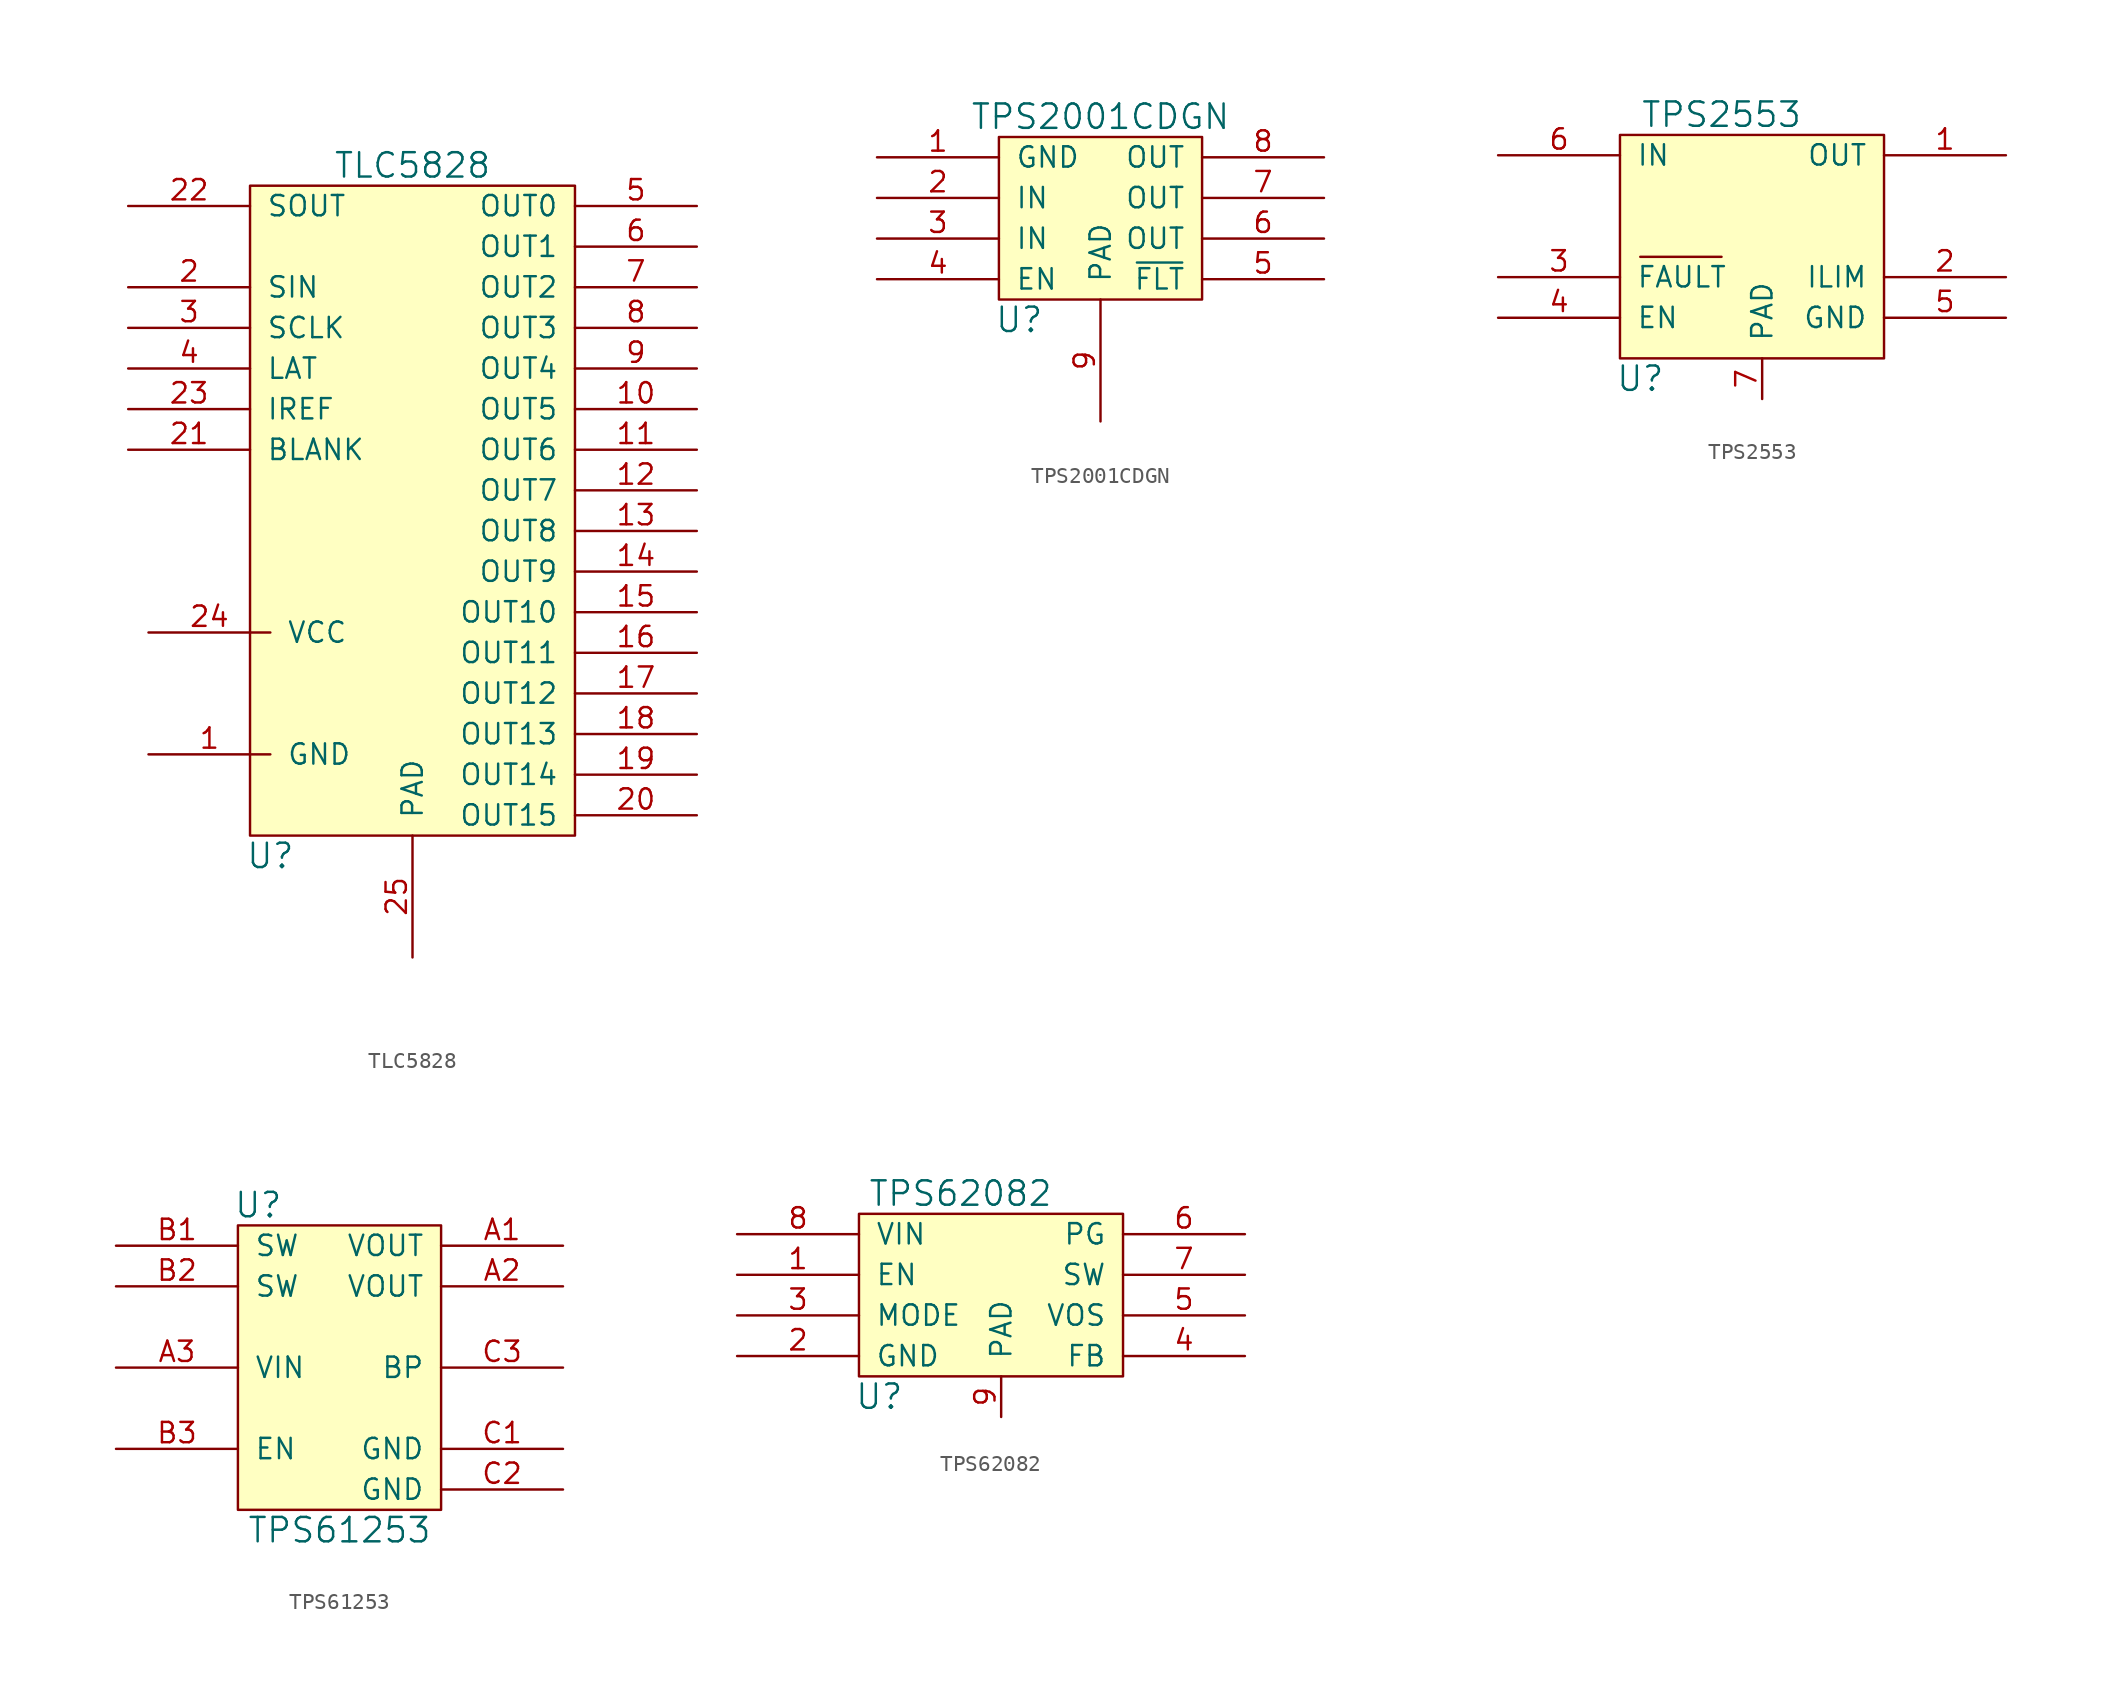
<source format=kicad_sym>
(kicad_symbol_lib
  (version 20211014)
  (generator kicad_symbol_editor)
  (symbol "TLC5828"
    (pin_names
      (offset 1.016))
    (property "Reference" "U"
      (at -8.89 -21.59 0)
      (effects (font (size 1.524 1.524))))
    (property "Value" "TLC5828"
      (at 0 21.59 0)
      (effects (font (size 1.524 1.524))))
    (property "Footprint" ""
      (at 0 0 0)
      (effects (font (size 1.524 1.524))))
    (property "Datasheet" ""
      (at 0 0 0)
      (effects (font (size 1.524 1.524))))
    (symbol "TLC5828_0_1"
      (rectangle (start 10.16 -20.32) (end -10.16 20.32) (stroke (width 0) (type default) (color 0 0 0 0)) (fill (type background))))
    (symbol "TLC5828_1_1"
      (pin power_in line (at -16.51 -15.24 0) (length 7.62) (name "GND" (effects (font (size 1.27 1.27)))) (number "1" (effects (font (size 1.27 1.27)))))
      (pin output line (at 17.78 6.35 180) (length 7.62) (name "OUT5" (effects (font (size 1.27 1.27)))) (number "10" (effects (font (size 1.27 1.27)))))
      (pin output line (at 17.78 3.81 180) (length 7.62) (name "OUT6" (effects (font (size 1.27 1.27)))) (number "11" (effects (font (size 1.27 1.27)))))
      (pin output line (at 17.78 1.27 180) (length 7.62) (name "OUT7" (effects (font (size 1.27 1.27)))) (number "12" (effects (font (size 1.27 1.27)))))
      (pin output line (at 17.78 -1.27 180) (length 7.62) (name "OUT8" (effects (font (size 1.27 1.27)))) (number "13" (effects (font (size 1.27 1.27)))))
      (pin output line (at 17.78 -3.81 180) (length 7.62) (name "OUT9" (effects (font (size 1.27 1.27)))) (number "14" (effects (font (size 1.27 1.27)))))
      (pin output line (at 17.78 -6.35 180) (length 7.62) (name "OUT10" (effects (font (size 1.27 1.27)))) (number "15" (effects (font (size 1.27 1.27)))))
      (pin output line (at 17.78 -8.89 180) (length 7.62) (name "OUT11" (effects (font (size 1.27 1.27)))) (number "16" (effects (font (size 1.27 1.27)))))
      (pin output line (at 17.78 -11.43 180) (length 7.62) (name "OUT12" (effects (font (size 1.27 1.27)))) (number "17" (effects (font (size 1.27 1.27)))))
      (pin output line (at 17.78 -13.97 180) (length 7.62) (name "OUT13" (effects (font (size 1.27 1.27)))) (number "18" (effects (font (size 1.27 1.27)))))
      (pin output line (at 17.78 -16.51 180) (length 7.62) (name "OUT14" (effects (font (size 1.27 1.27)))) (number "19" (effects (font (size 1.27 1.27)))))
      (pin input line (at -17.78 13.97 0) (length 7.62) (name "SIN" (effects (font (size 1.27 1.27)))) (number "2" (effects (font (size 1.27 1.27)))))
      (pin output line (at 17.78 -19.05 180) (length 7.62) (name "OUT15" (effects (font (size 1.27 1.27)))) (number "20" (effects (font (size 1.27 1.27)))))
      (pin input line (at -17.78 3.81 0) (length 7.62) (name "BLANK" (effects (font (size 1.27 1.27)))) (number "21" (effects (font (size 1.27 1.27)))))
      (pin output line (at -17.78 19.05 0) (length 7.62) (name "SOUT" (effects (font (size 1.27 1.27)))) (number "22" (effects (font (size 1.27 1.27)))))
      (pin bidirectional line (at -17.78 6.35 0) (length 7.62) (name "IREF" (effects (font (size 1.27 1.27)))) (number "23" (effects (font (size 1.27 1.27)))))
      (pin power_in line (at -16.51 -7.62 0) (length 7.62) (name "VCC" (effects (font (size 1.27 1.27)))) (number "24" (effects (font (size 1.27 1.27)))))
      (pin input line (at 0 -27.94 90) (length 7.62) (name "PAD" (effects (font (size 1.27 1.27)))) (number "25" (effects (font (size 1.27 1.27)))))
      (pin input line (at -17.78 11.43 0) (length 7.62) (name "SCLK" (effects (font (size 1.27 1.27)))) (number "3" (effects (font (size 1.27 1.27)))))
      (pin input line (at -17.78 8.89 0) (length 7.62) (name "LAT" (effects (font (size 1.27 1.27)))) (number "4" (effects (font (size 1.27 1.27)))))
      (pin output line (at 17.78 19.05 180) (length 7.62) (name "OUT0" (effects (font (size 1.27 1.27)))) (number "5" (effects (font (size 1.27 1.27)))))
      (pin output line (at 17.78 16.51 180) (length 7.62) (name "OUT1" (effects (font (size 1.27 1.27)))) (number "6" (effects (font (size 1.27 1.27)))))
      (pin output line (at 17.78 13.97 180) (length 7.62) (name "OUT2" (effects (font (size 1.27 1.27)))) (number "7" (effects (font (size 1.27 1.27)))))
      (pin output line (at 17.78 11.43 180) (length 7.62) (name "OUT3" (effects (font (size 1.27 1.27)))) (number "8" (effects (font (size 1.27 1.27)))))
      (pin output line (at 17.78 8.89 180) (length 7.62) (name "OUT4" (effects (font (size 1.27 1.27)))) (number "9" (effects (font (size 1.27 1.27)))))))
  (symbol "TPS2001CDGN"
    (pin_names
      (offset 1.016))
    (property "Reference" "U"
      (at -5.08 -6.35 0)
      (effects (font (size 1.524 1.524))))
    (property "Value" "TPS2001CDGN"
      (at 0 6.35 0)
      (effects (font (size 1.524 1.524))))
    (property "Footprint" ""
      (at 0 0 0)
      (effects (font (size 1.524 1.524))))
    (property "Datasheet" ""
      (at 0 0 0)
      (effects (font (size 1.524 1.524))))
    (symbol "TPS2001CDGN_0_1"
      (rectangle (start -6.35 5.08) (end 6.35 -5.08) (stroke (width 0) (type default) (color 0 0 0 0)) (fill (type background))))
    (symbol "TPS2001CDGN_1_1"
      (pin power_in line (at -13.97 3.81 0) (length 7.62) (name "GND" (effects (font (size 1.27 1.27)))) (number "1" (effects (font (size 1.27 1.27)))))
      (pin power_in line (at -13.97 1.27 0) (length 7.62) (name "IN" (effects (font (size 1.27 1.27)))) (number "2" (effects (font (size 1.27 1.27)))))
      (pin power_in line (at -13.97 -1.27 0) (length 7.62) (name "IN" (effects (font (size 1.27 1.27)))) (number "3" (effects (font (size 1.27 1.27)))))
      (pin input line (at -13.97 -3.81 0) (length 7.62) (name "EN" (effects (font (size 1.27 1.27)))) (number "4" (effects (font (size 1.27 1.27)))))
      (pin output line (at 13.97 -3.81 180) (length 7.62) (name "~{FLT}" (effects (font (size 1.27 1.27)))) (number "5" (effects (font (size 1.27 1.27)))))
      (pin power_out line (at 13.97 -1.27 180) (length 7.62) (name "OUT" (effects (font (size 1.27 1.27)))) (number "6" (effects (font (size 1.27 1.27)))))
      (pin power_out line (at 13.97 1.27 180) (length 7.62) (name "OUT" (effects (font (size 1.27 1.27)))) (number "7" (effects (font (size 1.27 1.27)))))
      (pin power_out line (at 13.97 3.81 180) (length 7.62) (name "OUT" (effects (font (size 1.27 1.27)))) (number "8" (effects (font (size 1.27 1.27)))))
      (pin power_in line (at 0 -12.7 90) (length 7.62) (name "PAD" (effects (font (size 1.27 1.27)))) (number "9" (effects (font (size 1.27 1.27)))))))
  (symbol "TPS2553"
    (pin_names
      (offset 1.016))
    (property "Reference" "U"
      (at -7.62 -8.89 0)
      (effects (font (size 1.524 1.524))))
    (property "Value" "TPS2553"
      (at -2.54 7.62 0)
      (effects (font (size 1.524 1.524))))
    (property "Footprint" ""
      (at 0 0 0)
      (effects (font (size 1.524 1.524))))
    (property "Datasheet" ""
      (at 0 0 0)
      (effects (font (size 1.524 1.524))))
    (symbol "TPS2553_0_1"
      (rectangle (start -8.89 6.35) (end 7.62 -7.62) (stroke (width 0) (type default) (color 0 0 0 0)) (fill (type background)))
      (polyline (pts (xy -7.62 -1.27) (xy -2.54 -1.27)) (stroke (width 0) (type default) (color 0 0 0 0)) (fill (type none))))
    (symbol "TPS2553_1_1"
      (pin power_out line (at 15.24 5.08 180) (length 7.62) (name "OUT" (effects (font (size 1.27 1.27)))) (number "1" (effects (font (size 1.27 1.27)))))
      (pin output line (at 15.24 -2.54 180) (length 7.62) (name "ILIM" (effects (font (size 1.27 1.27)))) (number "2" (effects (font (size 1.27 1.27)))))
      (pin output line (at -16.51 -2.54 0) (length 7.62) (name "FAULT" (effects (font (size 1.27 1.27)))) (number "3" (effects (font (size 1.27 1.27)))))
      (pin input line (at -16.51 -5.08 0) (length 7.62) (name "EN" (effects (font (size 1.27 1.27)))) (number "4" (effects (font (size 1.27 1.27)))))
      (pin power_in line (at 15.24 -5.08 180) (length 7.62) (name "GND" (effects (font (size 1.27 1.27)))) (number "5" (effects (font (size 1.27 1.27)))))
      (pin power_in line (at -16.51 5.08 0) (length 7.62) (name "IN" (effects (font (size 1.27 1.27)))) (number "6" (effects (font (size 1.27 1.27)))))
      (pin power_in line (at 0 -10.16 90) (length 2.54) (name "PAD" (effects (font (size 1.27 1.27)))) (number "7" (effects (font (size 1.27 1.27)))))))
  (symbol "TPS61253"
    (pin_names
      (offset 1.016))
    (property "Reference" "U"
      (at -5.08 10.16 0)
      (effects (font (size 1.524 1.524))))
    (property "Value" "TPS61253"
      (at 0 -10.16 0)
      (effects (font (size 1.524 1.524))))
    (property "Footprint" ""
      (at 0 0 0)
      (effects (font (size 1.524 1.524))))
    (property "Datasheet" ""
      (at 0 0 0)
      (effects (font (size 1.524 1.524))))
    (symbol "TPS61253_0_1"
      (rectangle (start -6.35 8.89) (end 6.35 -8.89) (stroke (width 0) (type default) (color 0 0 0 0)) (fill (type background))))
    (symbol "TPS61253_1_1"
      (pin power_out line (at 13.97 7.62 180) (length 7.62) (name "VOUT" (effects (font (size 1.27 1.27)))) (number "A1" (effects (font (size 1.27 1.27)))))
      (pin power_out line (at 13.97 5.08 180) (length 7.62) (name "VOUT" (effects (font (size 1.27 1.27)))) (number "A2" (effects (font (size 1.27 1.27)))))
      (pin power_in line (at -13.97 0 0) (length 7.62) (name "VIN" (effects (font (size 1.27 1.27)))) (number "A3" (effects (font (size 1.27 1.27)))))
      (pin bidirectional line (at -13.97 7.62 0) (length 7.62) (name "SW" (effects (font (size 1.27 1.27)))) (number "B1" (effects (font (size 1.27 1.27)))))
      (pin bidirectional line (at -13.97 5.08 0) (length 7.62) (name "SW" (effects (font (size 1.27 1.27)))) (number "B2" (effects (font (size 1.27 1.27)))))
      (pin input line (at -13.97 -5.08 0) (length 7.62) (name "EN" (effects (font (size 1.27 1.27)))) (number "B3" (effects (font (size 1.27 1.27)))))
      (pin power_out line (at 13.97 -5.08 180) (length 7.62) (name "GND" (effects (font (size 1.27 1.27)))) (number "C1" (effects (font (size 1.27 1.27)))))
      (pin power_out line (at 13.97 -7.62 180) (length 7.62) (name "GND" (effects (font (size 1.27 1.27)))) (number "C2" (effects (font (size 1.27 1.27)))))
      (pin power_out line (at 13.97 0 180) (length 7.62) (name "BP" (effects (font (size 1.27 1.27)))) (number "C3" (effects (font (size 1.27 1.27)))))))
  (symbol "TPS62082"
    (pin_names
      (offset 1.016))
    (property "Reference" "U"
      (at -7.62 -6.35 0)
      (effects (font (size 1.524 1.524))))
    (property "Value" "TPS62082"
      (at -2.54 6.35 0)
      (effects (font (size 1.524 1.524))))
    (property "Footprint" ""
      (at 0 0 0)
      (effects (font (size 1.524 1.524))))
    (property "Datasheet" ""
      (at 0 0 0)
      (effects (font (size 1.524 1.524))))
    (symbol "TPS62082_0_1"
      (rectangle (start -8.89 5.08) (end 7.62 -5.08) (stroke (width 0) (type default) (color 0 0 0 0)) (fill (type background))))
    (symbol "TPS62082_1_1"
      (pin input line (at -16.51 1.27 0) (length 7.62) (name "EN" (effects (font (size 1.27 1.27)))) (number "1" (effects (font (size 1.27 1.27)))))
      (pin power_in line (at -16.51 -3.81 0) (length 7.62) (name "GND" (effects (font (size 1.27 1.27)))) (number "2" (effects (font (size 1.27 1.27)))))
      (pin input line (at -16.51 -1.27 0) (length 7.62) (name "MODE" (effects (font (size 1.27 1.27)))) (number "3" (effects (font (size 1.27 1.27)))))
      (pin input line (at 15.24 -3.81 180) (length 7.62) (name "FB" (effects (font (size 1.27 1.27)))) (number "4" (effects (font (size 1.27 1.27)))))
      (pin input line (at 15.24 -1.27 180) (length 7.62) (name "VOS" (effects (font (size 1.27 1.27)))) (number "5" (effects (font (size 1.27 1.27)))))
      (pin open_collector line (at 15.24 3.81 180) (length 7.62) (name "PG" (effects (font (size 1.27 1.27)))) (number "6" (effects (font (size 1.27 1.27)))))
      (pin power_out line (at 15.24 1.27 180) (length 7.62) (name "SW" (effects (font (size 1.27 1.27)))) (number "7" (effects (font (size 1.27 1.27)))))
      (pin power_in line (at -16.51 3.81 0) (length 7.62) (name "VIN" (effects (font (size 1.27 1.27)))) (number "8" (effects (font (size 1.27 1.27)))))
      (pin power_in line (at 0 -7.62 90) (length 2.54) (name "PAD" (effects (font (size 1.27 1.27)))) (number "9" (effects (font (size 1.27 1.27))))))))
</source>
